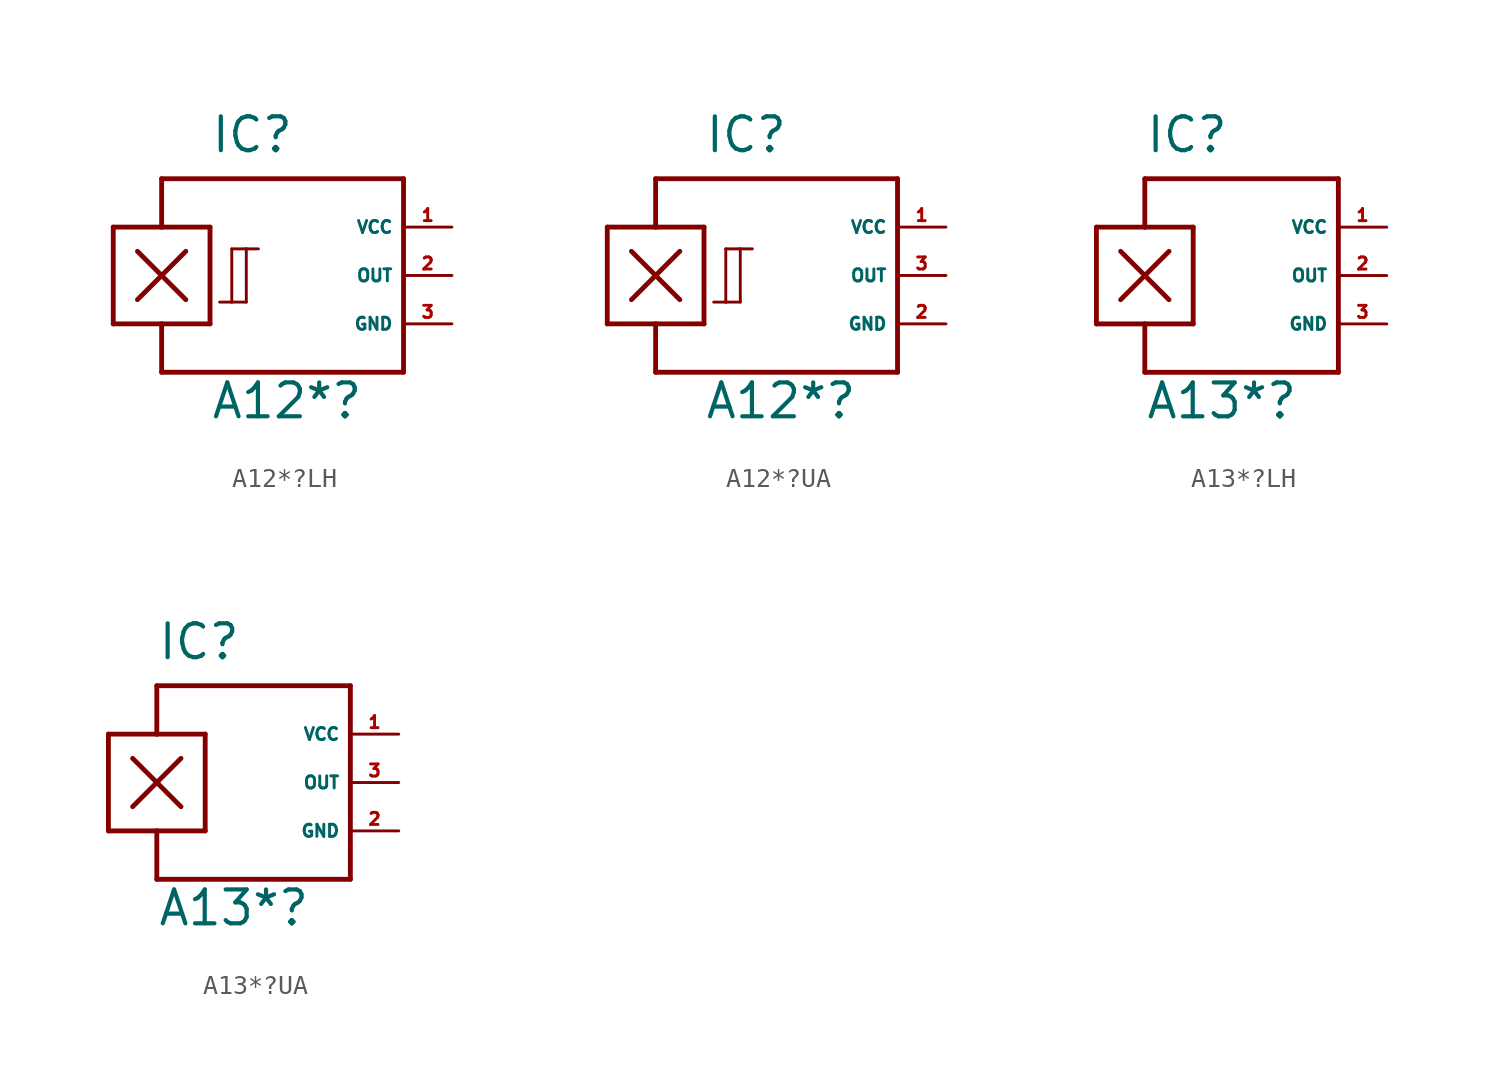
<source format=kicad_sym>
(kicad_symbol_lib
  (version 20220914)
  (generator Eagle2Kicad)
  (symbol "A12*?LH"
    (property "Reference" "IC"
      (at -5.08 6.35 0)
      (effects (font (size 1.778 1.778) (thickness 0.22)) (justify left bottom)))
    (property "Value" "A12*?"
      (at -5.08 -7.62 0)
      (effects (font (size 1.778 1.778) (thickness 0.22)) (justify left bottom)))
    (polyline
      (pts (xy -7.62 5.08) (xy 5.08 5.08))
      (stroke (width 0.254) (type default))
      (fill (type none)))
    (polyline
      (pts (xy 5.08 5.08) (xy 5.08 -5.08))
      (stroke (width 0.254) (type default))
      (fill (type none)))
    (polyline
      (pts (xy 5.08 -5.08) (xy -7.62 -5.08))
      (stroke (width 0.254) (type default))
      (fill (type none)))
    (polyline
      (pts (xy -10.16 -2.54) (xy -10.16 2.54))
      (stroke (width 0.254) (type default))
      (fill (type none)))
    (polyline
      (pts (xy -10.16 2.54) (xy -7.62 2.54))
      (stroke (width 0.254) (type default))
      (fill (type none)))
    (polyline
      (pts (xy -7.62 2.54) (xy -5.08 2.54))
      (stroke (width 0.254) (type default))
      (fill (type none)))
    (polyline
      (pts (xy -5.08 2.54) (xy -5.08 -2.54))
      (stroke (width 0.254) (type default))
      (fill (type none)))
    (polyline
      (pts (xy -5.08 -2.54) (xy -7.62 -2.54))
      (stroke (width 0.254) (type default))
      (fill (type none)))
    (polyline
      (pts (xy -7.62 -2.54) (xy -10.16 -2.54))
      (stroke (width 0.254) (type default))
      (fill (type none)))
    (polyline
      (pts (xy -6.35 1.27) (xy -8.89 -1.27))
      (stroke (width 0.254) (type default))
      (fill (type none)))
    (polyline
      (pts (xy -8.89 1.27) (xy -6.35 -1.27))
      (stroke (width 0.254) (type default))
      (fill (type none)))
    (polyline
      (pts (xy -7.62 2.54) (xy -7.62 5.08))
      (stroke (width 0.254) (type default))
      (fill (type none)))
    (polyline
      (pts (xy -7.62 -2.54) (xy -7.62 -5.08))
      (stroke (width 0.254) (type default))
      (fill (type none)))
    (polyline
      (pts (xy -4.572 -1.397) (xy -3.937 -1.397))
      (stroke (width 0.152) (type default))
      (fill (type none)))
    (polyline
      (pts (xy -3.937 -1.397) (xy -3.937 1.397))
      (stroke (width 0.152) (type default))
      (fill (type none)))
    (polyline
      (pts (xy -3.937 1.397) (xy -3.175 1.397))
      (stroke (width 0.152) (type default))
      (fill (type none)))
    (polyline
      (pts (xy -3.175 1.397) (xy -2.54 1.397))
      (stroke (width 0.152) (type default))
      (fill (type none)))
    (polyline
      (pts (xy -3.937 -1.397) (xy -3.175 -1.397))
      (stroke (width 0.152) (type default))
      (fill (type none)))
    (polyline
      (pts (xy -3.175 -1.397) (xy -3.175 1.397))
      (stroke (width 0.152) (type default))
      (fill (type none)))
    (pin unspecified line
      (at 7.62 2.54 180)
      (length 2.54)
      (name "VCC" (effects (font (size 0.635 0.635) (thickness 0.08)) (justify left bottom)))
      (number "1" (effects (font (size 0.635 0.635) (thickness 0.08)) (justify left bottom))))
    (pin unspecified line
      (at 7.62 -2.54 180)
      (length 2.54)
      (name "GND" (effects (font (size 0.635 0.635) (thickness 0.08)) (justify left bottom)))
      (number "3" (effects (font (size 0.635 0.635) (thickness 0.08)) (justify left bottom))))
    (pin output line
      (at 7.62 0 180)
      (length 2.54)
      (name "OUT" (effects (font (size 0.635 0.635) (thickness 0.08)) (justify left bottom)))
      (number "2" (effects (font (size 0.635 0.635) (thickness 0.08)) (justify left bottom)))))
  (symbol "A12*?UA"
    (property "Reference" "IC"
      (at -5.08 6.35 0)
      (effects (font (size 1.778 1.778) (thickness 0.22)) (justify left bottom)))
    (property "Value" "A12*?"
      (at -5.08 -7.62 0)
      (effects (font (size 1.778 1.778) (thickness 0.22)) (justify left bottom)))
    (polyline
      (pts (xy -7.62 5.08) (xy 5.08 5.08))
      (stroke (width 0.254) (type default))
      (fill (type none)))
    (polyline
      (pts (xy 5.08 5.08) (xy 5.08 -5.08))
      (stroke (width 0.254) (type default))
      (fill (type none)))
    (polyline
      (pts (xy 5.08 -5.08) (xy -7.62 -5.08))
      (stroke (width 0.254) (type default))
      (fill (type none)))
    (polyline
      (pts (xy -10.16 -2.54) (xy -10.16 2.54))
      (stroke (width 0.254) (type default))
      (fill (type none)))
    (polyline
      (pts (xy -10.16 2.54) (xy -7.62 2.54))
      (stroke (width 0.254) (type default))
      (fill (type none)))
    (polyline
      (pts (xy -7.62 2.54) (xy -5.08 2.54))
      (stroke (width 0.254) (type default))
      (fill (type none)))
    (polyline
      (pts (xy -5.08 2.54) (xy -5.08 -2.54))
      (stroke (width 0.254) (type default))
      (fill (type none)))
    (polyline
      (pts (xy -5.08 -2.54) (xy -7.62 -2.54))
      (stroke (width 0.254) (type default))
      (fill (type none)))
    (polyline
      (pts (xy -7.62 -2.54) (xy -10.16 -2.54))
      (stroke (width 0.254) (type default))
      (fill (type none)))
    (polyline
      (pts (xy -6.35 1.27) (xy -8.89 -1.27))
      (stroke (width 0.254) (type default))
      (fill (type none)))
    (polyline
      (pts (xy -8.89 1.27) (xy -6.35 -1.27))
      (stroke (width 0.254) (type default))
      (fill (type none)))
    (polyline
      (pts (xy -7.62 2.54) (xy -7.62 5.08))
      (stroke (width 0.254) (type default))
      (fill (type none)))
    (polyline
      (pts (xy -7.62 -2.54) (xy -7.62 -5.08))
      (stroke (width 0.254) (type default))
      (fill (type none)))
    (polyline
      (pts (xy -4.572 -1.397) (xy -3.937 -1.397))
      (stroke (width 0.152) (type default))
      (fill (type none)))
    (polyline
      (pts (xy -3.937 -1.397) (xy -3.937 1.397))
      (stroke (width 0.152) (type default))
      (fill (type none)))
    (polyline
      (pts (xy -3.937 1.397) (xy -3.175 1.397))
      (stroke (width 0.152) (type default))
      (fill (type none)))
    (polyline
      (pts (xy -3.175 1.397) (xy -2.54 1.397))
      (stroke (width 0.152) (type default))
      (fill (type none)))
    (polyline
      (pts (xy -3.937 -1.397) (xy -3.175 -1.397))
      (stroke (width 0.152) (type default))
      (fill (type none)))
    (polyline
      (pts (xy -3.175 -1.397) (xy -3.175 1.397))
      (stroke (width 0.152) (type default))
      (fill (type none)))
    (pin unspecified line
      (at 7.62 2.54 180)
      (length 2.54)
      (name "VCC" (effects (font (size 0.635 0.635) (thickness 0.08)) (justify left bottom)))
      (number "1" (effects (font (size 0.635 0.635) (thickness 0.08)) (justify left bottom))))
    (pin unspecified line
      (at 7.62 -2.54 180)
      (length 2.54)
      (name "GND" (effects (font (size 0.635 0.635) (thickness 0.08)) (justify left bottom)))
      (number "2" (effects (font (size 0.635 0.635) (thickness 0.08)) (justify left bottom))))
    (pin output line
      (at 7.62 0 180)
      (length 2.54)
      (name "OUT" (effects (font (size 0.635 0.635) (thickness 0.08)) (justify left bottom)))
      (number "3" (effects (font (size 0.635 0.635) (thickness 0.08)) (justify left bottom)))))
  (symbol "A13*?LH"
    (property "Reference" "IC"
      (at -5.08 6.35 0)
      (effects (font (size 1.778 1.778) (thickness 0.22)) (justify left bottom)))
    (property "Value" "A13*?"
      (at -5.08 -7.62 0)
      (effects (font (size 1.778 1.778) (thickness 0.22)) (justify left bottom)))
    (polyline
      (pts (xy -5.08 5.08) (xy 5.08 5.08))
      (stroke (width 0.254) (type default))
      (fill (type none)))
    (polyline
      (pts (xy 5.08 5.08) (xy 5.08 -5.08))
      (stroke (width 0.254) (type default))
      (fill (type none)))
    (polyline
      (pts (xy 5.08 -5.08) (xy -5.08 -5.08))
      (stroke (width 0.254) (type default))
      (fill (type none)))
    (polyline
      (pts (xy -7.62 -2.54) (xy -7.62 2.54))
      (stroke (width 0.254) (type default))
      (fill (type none)))
    (polyline
      (pts (xy -7.62 2.54) (xy -5.08 2.54))
      (stroke (width 0.254) (type default))
      (fill (type none)))
    (polyline
      (pts (xy -5.08 2.54) (xy -2.54 2.54))
      (stroke (width 0.254) (type default))
      (fill (type none)))
    (polyline
      (pts (xy -2.54 2.54) (xy -2.54 -2.54))
      (stroke (width 0.254) (type default))
      (fill (type none)))
    (polyline
      (pts (xy -2.54 -2.54) (xy -5.08 -2.54))
      (stroke (width 0.254) (type default))
      (fill (type none)))
    (polyline
      (pts (xy -5.08 -2.54) (xy -7.62 -2.54))
      (stroke (width 0.254) (type default))
      (fill (type none)))
    (polyline
      (pts (xy -3.81 1.27) (xy -6.35 -1.27))
      (stroke (width 0.254) (type default))
      (fill (type none)))
    (polyline
      (pts (xy -6.35 1.27) (xy -3.81 -1.27))
      (stroke (width 0.254) (type default))
      (fill (type none)))
    (polyline
      (pts (xy -5.08 2.54) (xy -5.08 5.08))
      (stroke (width 0.254) (type default))
      (fill (type none)))
    (polyline
      (pts (xy -5.08 -2.54) (xy -5.08 -5.08))
      (stroke (width 0.254) (type default))
      (fill (type none)))
    (pin unspecified line
      (at 7.62 2.54 180)
      (length 2.54)
      (name "VCC" (effects (font (size 0.635 0.635) (thickness 0.08)) (justify left bottom)))
      (number "1" (effects (font (size 0.635 0.635) (thickness 0.08)) (justify left bottom))))
    (pin unspecified line
      (at 7.62 -2.54 180)
      (length 2.54)
      (name "GND" (effects (font (size 0.635 0.635) (thickness 0.08)) (justify left bottom)))
      (number "3" (effects (font (size 0.635 0.635) (thickness 0.08)) (justify left bottom))))
    (pin output line
      (at 7.62 0 180)
      (length 2.54)
      (name "OUT" (effects (font (size 0.635 0.635) (thickness 0.08)) (justify left bottom)))
      (number "2" (effects (font (size 0.635 0.635) (thickness 0.08)) (justify left bottom)))))
  (symbol "A13*?UA"
    (property "Reference" "IC"
      (at -5.08 6.35 0)
      (effects (font (size 1.778 1.778) (thickness 0.22)) (justify left bottom)))
    (property "Value" "A13*?"
      (at -5.08 -7.62 0)
      (effects (font (size 1.778 1.778) (thickness 0.22)) (justify left bottom)))
    (polyline
      (pts (xy -5.08 5.08) (xy 5.08 5.08))
      (stroke (width 0.254) (type default))
      (fill (type none)))
    (polyline
      (pts (xy 5.08 5.08) (xy 5.08 -5.08))
      (stroke (width 0.254) (type default))
      (fill (type none)))
    (polyline
      (pts (xy 5.08 -5.08) (xy -5.08 -5.08))
      (stroke (width 0.254) (type default))
      (fill (type none)))
    (polyline
      (pts (xy -7.62 -2.54) (xy -7.62 2.54))
      (stroke (width 0.254) (type default))
      (fill (type none)))
    (polyline
      (pts (xy -7.62 2.54) (xy -5.08 2.54))
      (stroke (width 0.254) (type default))
      (fill (type none)))
    (polyline
      (pts (xy -5.08 2.54) (xy -2.54 2.54))
      (stroke (width 0.254) (type default))
      (fill (type none)))
    (polyline
      (pts (xy -2.54 2.54) (xy -2.54 -2.54))
      (stroke (width 0.254) (type default))
      (fill (type none)))
    (polyline
      (pts (xy -2.54 -2.54) (xy -5.08 -2.54))
      (stroke (width 0.254) (type default))
      (fill (type none)))
    (polyline
      (pts (xy -5.08 -2.54) (xy -7.62 -2.54))
      (stroke (width 0.254) (type default))
      (fill (type none)))
    (polyline
      (pts (xy -3.81 1.27) (xy -6.35 -1.27))
      (stroke (width 0.254) (type default))
      (fill (type none)))
    (polyline
      (pts (xy -6.35 1.27) (xy -3.81 -1.27))
      (stroke (width 0.254) (type default))
      (fill (type none)))
    (polyline
      (pts (xy -5.08 2.54) (xy -5.08 5.08))
      (stroke (width 0.254) (type default))
      (fill (type none)))
    (polyline
      (pts (xy -5.08 -2.54) (xy -5.08 -5.08))
      (stroke (width 0.254) (type default))
      (fill (type none)))
    (pin unspecified line
      (at 7.62 2.54 180)
      (length 2.54)
      (name "VCC" (effects (font (size 0.635 0.635) (thickness 0.08)) (justify left bottom)))
      (number "1" (effects (font (size 0.635 0.635) (thickness 0.08)) (justify left bottom))))
    (pin unspecified line
      (at 7.62 -2.54 180)
      (length 2.54)
      (name "GND" (effects (font (size 0.635 0.635) (thickness 0.08)) (justify left bottom)))
      (number "2" (effects (font (size 0.635 0.635) (thickness 0.08)) (justify left bottom))))
    (pin output line
      (at 7.62 0 180)
      (length 2.54)
      (name "OUT" (effects (font (size 0.635 0.635) (thickness 0.08)) (justify left bottom)))
      (number "3" (effects (font (size 0.635 0.635) (thickness 0.08)) (justify left bottom))))))
</source>
